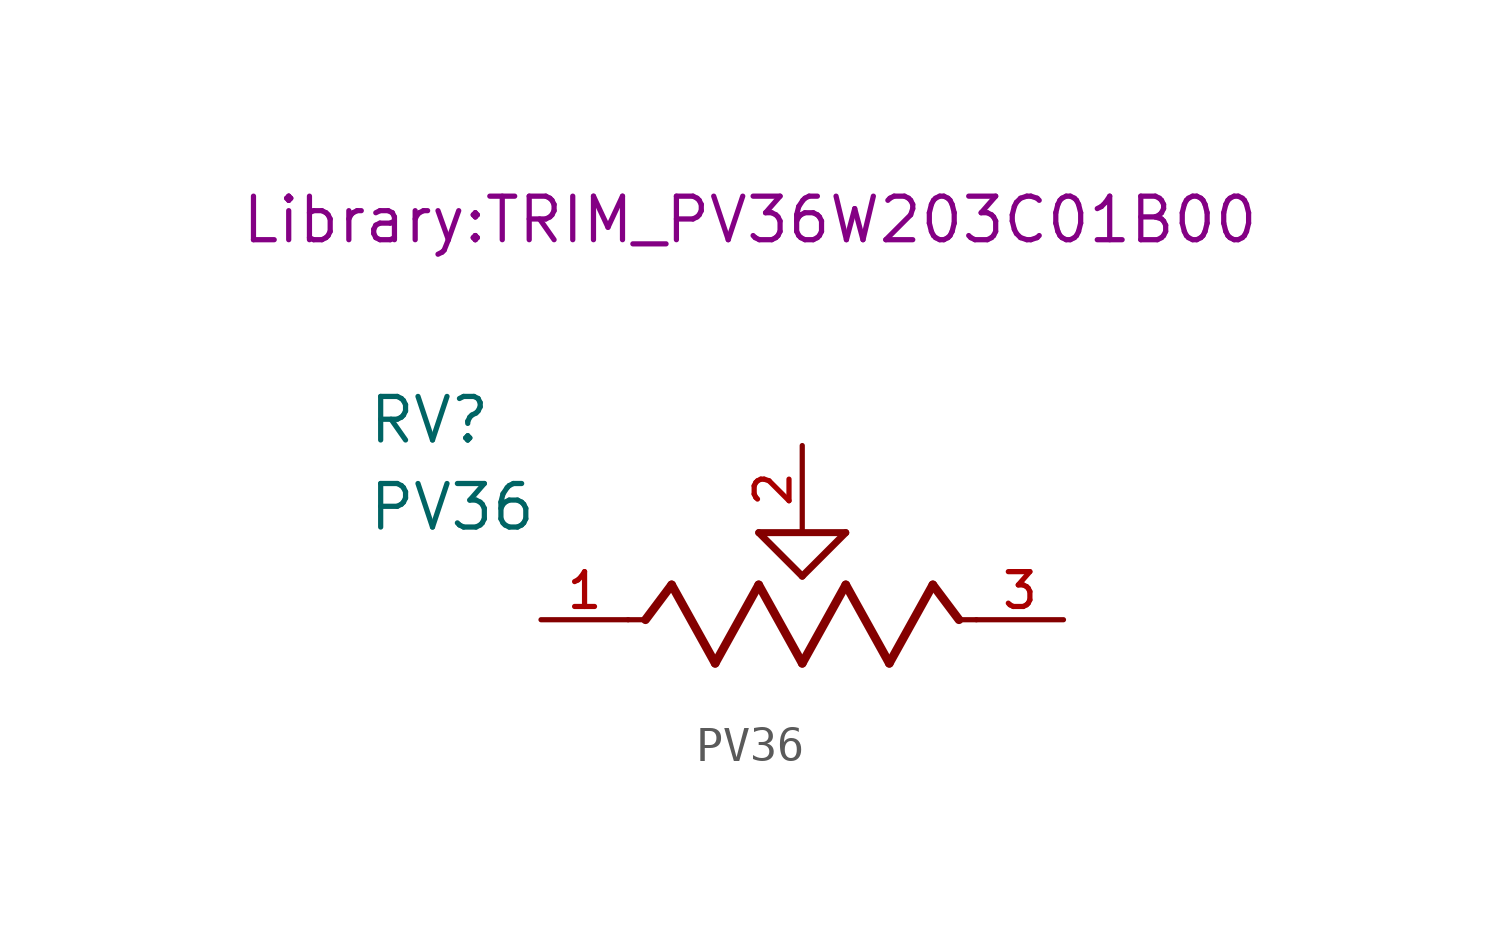
<source format=kicad_sym>
(kicad_symbol_lib
  (version 20231120)
  (generator "kicad_symbol_editor")
  (generator_version "8.0")
  (symbol "PV36"
    (pin_names
      (offset 1.016))
    (property "Reference" "RV"
      (at -12.7 5.08 0)
      (effects (font (size 1.27 1.27)) (justify left bottom)))
    (property "Value" "PV36"
      (at -12.7 2.54 0)
      (effects (font (size 1.27 1.27)) (justify left bottom)))
    (property "Footprint" "Library:TRIM_PV36W203C01B00"
      (at -1.524 10.922 0)
      (effects (font (size 1.27 1.27)) (justify bottom)))
    (symbol "PV36_0_0"
      (polyline (pts (xy -5.08 0) (xy -4.572 0)) (stroke (width 0.152) (type default)) (fill (type none)))
      (polyline (pts (xy -4.572 0) (xy -3.81 1.016)) (stroke (width 0.254) (type default)) (fill (type none)))
      (polyline (pts (xy -3.81 1.016) (xy -2.54 -1.27)) (stroke (width 0.254) (type default)) (fill (type none)))
      (polyline (pts (xy -2.54 -1.27) (xy -1.27 1.016)) (stroke (width 0.254) (type default)) (fill (type none)))
      (polyline (pts (xy -1.27 1.016) (xy 0 -1.27)) (stroke (width 0.254) (type default)) (fill (type none)))
      (polyline (pts (xy -1.27 2.54) (xy 1.27 2.54)) (stroke (width 0.203) (type default)) (fill (type none)))
      (polyline (pts (xy 0 -1.27) (xy 1.27 1.016)) (stroke (width 0.254) (type default)) (fill (type none)))
      (polyline (pts (xy 0 1.27) (xy -1.27 2.54)) (stroke (width 0.203) (type default)) (fill (type none)))
      (polyline (pts (xy 1.27 1.016) (xy 2.54 -1.27)) (stroke (width 0.254) (type default)) (fill (type none)))
      (polyline (pts (xy 1.27 2.54) (xy 0 1.27)) (stroke (width 0.203) (type default)) (fill (type none)))
      (polyline (pts (xy 2.54 -1.27) (xy 3.81 1.016)) (stroke (width 0.254) (type default)) (fill (type none)))
      (polyline (pts (xy 3.81 1.016) (xy 4.572 0)) (stroke (width 0.254) (type default)) (fill (type none)))
      (polyline (pts (xy 4.572 0) (xy 5.08 0)) (stroke (width 0.152) (type default)) (fill (type none)))
      (pin passive line (at -7.62 0 0) (length 2.54) (name "~" (effects (font (size 1.016 1.016)))) (number "1" (effects (font (size 1.016 1.016)))))
      (pin passive line (at 0 5.08 270) (length 2.54) (name "~" (effects (font (size 1.016 1.016)))) (number "2" (effects (font (size 1.016 1.016)))))
      (pin passive line (at 7.62 0 180) (length 2.54) (name "~" (effects (font (size 1.016 1.016)))) (number "3" (effects (font (size 1.016 1.016))))))))
</source>
